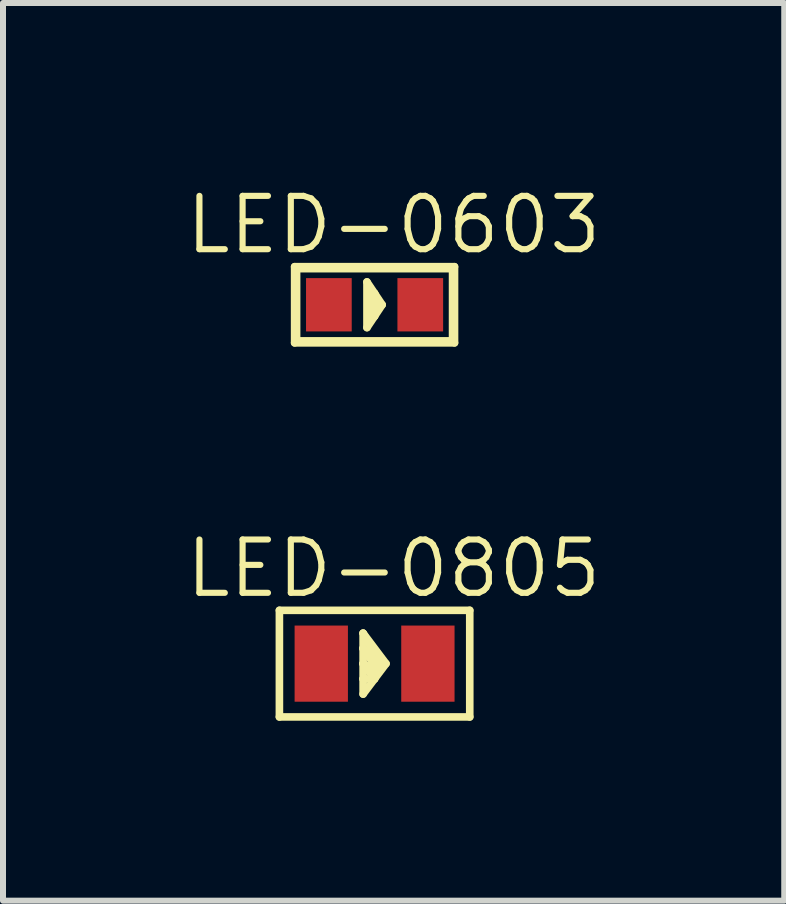
<source format=kicad_pcb>
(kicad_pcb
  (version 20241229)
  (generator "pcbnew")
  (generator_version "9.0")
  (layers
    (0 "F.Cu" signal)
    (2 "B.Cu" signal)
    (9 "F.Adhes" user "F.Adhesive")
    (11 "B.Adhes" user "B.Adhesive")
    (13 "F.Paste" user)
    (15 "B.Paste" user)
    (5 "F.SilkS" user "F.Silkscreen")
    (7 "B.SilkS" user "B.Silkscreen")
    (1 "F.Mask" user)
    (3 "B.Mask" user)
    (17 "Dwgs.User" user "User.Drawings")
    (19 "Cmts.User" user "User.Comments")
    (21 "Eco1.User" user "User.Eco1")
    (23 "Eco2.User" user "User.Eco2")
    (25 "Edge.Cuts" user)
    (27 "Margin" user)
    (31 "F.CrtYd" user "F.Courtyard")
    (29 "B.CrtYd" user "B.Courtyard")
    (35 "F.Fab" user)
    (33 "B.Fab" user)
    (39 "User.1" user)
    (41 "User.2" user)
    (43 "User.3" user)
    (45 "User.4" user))
  (footprint "LED-0603"
    (layer "F.Cu")
    (at 3.196 2.032)
    (property "Reference" "LED-0603" (at 0.318 -1.333 0) (layer "F.SilkS") (effects (font (size 0.889 0.889) (thickness 0.102))))
    (attr smd)
    (fp_line (start -1.333 -0.635) (end 1.333 -0.635) (stroke (width 0.127) (type solid)) (layer "F.SilkS"))
    (fp_line (start -1.333 0.635) (end -1.333 -0.635) (stroke (width 0.127) (type solid)) (layer "F.SilkS"))
    (fp_line (start -1.27 -0.572) (end 1.27 -0.572) (stroke (width 0.066) (type solid)) (layer "F.SilkS"))
    (fp_line (start -1.27 0.572) (end -1.27 -0.572) (stroke (width 0.066) (type solid)) (layer "F.SilkS"))
    (fp_line (start -1.27 0.572) (end 1.27 0.572) (stroke (width 0.066) (type solid)) (layer "F.SilkS"))
    (fp_line (start -0.127 -0.381) (end -0.127 0.381) (stroke (width 0.127) (type solid)) (layer "F.SilkS"))
    (fp_line (start -0.127 0.381) (end 0 0.191) (stroke (width 0.127) (type solid)) (layer "F.SilkS"))
    (fp_line (start -0.064 -0.254) (end -0.064 0.254) (stroke (width 0.127) (type solid)) (layer "F.SilkS"))
    (fp_line (start 0 -0.191) (end -0.127 -0.381) (stroke (width 0.127) (type solid)) (layer "F.SilkS"))
    (fp_line (start 0 -0.191) (end 0 0.191) (stroke (width 0.127) (type solid)) (layer "F.SilkS"))
    (fp_line (start 0 0.191) (end 0.127 0) (stroke (width 0.127) (type solid)) (layer "F.SilkS"))
    (fp_line (start 0.127 0) (end 0 -0.191) (stroke (width 0.127) (type solid)) (layer "F.SilkS"))
    (fp_line (start 1.27 0.572) (end 1.27 -0.572) (stroke (width 0.066) (type solid)) (layer "F.SilkS"))
    (fp_line (start 1.333 -0.635) (end 1.333 0.635) (stroke (width 0.127) (type solid)) (layer "F.SilkS"))
    (fp_line (start 1.333 0.635) (end -1.333 0.635) (stroke (width 0.127) (type solid)) (layer "F.SilkS"))
    (pad "+" smd rect (at -0.762 0) (size 0.762 0.889) (layers "F.Cu" "F.Mask" "F.Paste"))
    (pad "-" smd rect (at 0.762 0) (size 0.762 0.889) (layers "F.Cu" "F.Mask" "F.Paste")))
  (footprint "LED-0805"
    (layer "F.Cu")
    (at 3.196 8.016)
    (property "Reference" "LED-0805" (at 0.318 -1.587 0) (layer "F.SilkS") (effects (font (size 0.889 0.889) (thickness 0.102))))
    (attr smd)
    (fp_line (start -1.587 -0.889) (end 1.587 -0.889) (stroke (width 0.066) (type solid)) (layer "F.SilkS"))
    (fp_line (start -1.587 -0.889) (end 1.587 -0.889) (stroke (width 0.127) (type solid)) (layer "F.SilkS"))
    (fp_line (start -1.587 0.889) (end -1.587 -0.889) (stroke (width 0.066) (type solid)) (layer "F.SilkS"))
    (fp_line (start -1.587 0.889) (end -1.587 -0.889) (stroke (width 0.127) (type solid)) (layer "F.SilkS"))
    (fp_line (start -1.587 0.889) (end 1.587 0.889) (stroke (width 0.066) (type solid)) (layer "F.SilkS"))
    (fp_line (start -0.191 -0.508) (end -0.191 -0.254) (stroke (width 0.127) (type solid)) (layer "F.SilkS"))
    (fp_line (start -0.191 -0.508) (end 0.127 0.064) (stroke (width 0.127) (type solid)) (layer "F.SilkS"))
    (fp_line (start -0.191 -0.254) (end -0.191 0) (stroke (width 0.127) (type solid)) (layer "F.SilkS"))
    (fp_line (start -0.191 -0.254) (end 0.064 0.127) (stroke (width 0.127) (type solid)) (layer "F.SilkS"))
    (fp_line (start -0.191 0) (end -0.191 0.254) (stroke (width 0.127) (type solid)) (layer "F.SilkS"))
    (fp_line (start -0.191 0) (end 0 0.254) (stroke (width 0.127) (type solid)) (layer "F.SilkS"))
    (fp_line (start -0.191 0.254) (end -0.191 0.508) (stroke (width 0.127) (type solid)) (layer "F.SilkS"))
    (fp_line (start -0.191 0.508) (end 0 0.254) (stroke (width 0.127) (type solid)) (layer "F.SilkS"))
    (fp_line (start 0 0.254) (end -0.191 0.254) (stroke (width 0.127) (type solid)) (layer "F.SilkS"))
    (fp_line (start 0 0.254) (end 0.191 0) (stroke (width 0.127) (type solid)) (layer "F.SilkS"))
    (fp_line (start 0.064 0.127) (end -0.191 0) (stroke (width 0.127) (type solid)) (layer "F.SilkS"))
    (fp_line (start 0.127 0.064) (end -0.191 -0.254) (stroke (width 0.127) (type solid)) (layer "F.SilkS"))
    (fp_line (start 0.191 0) (end -0.191 -0.508) (stroke (width 0.127) (type solid)) (layer "F.SilkS"))
    (fp_line (start 1.587 -0.889) (end 1.587 0.889) (stroke (width 0.127) (type solid)) (layer "F.SilkS"))
    (fp_line (start 1.587 0.889) (end -1.587 0.889) (stroke (width 0.127) (type solid)) (layer "F.SilkS"))
    (fp_line (start 1.587 0.889) (end 1.587 -0.889) (stroke (width 0.066) (type solid)) (layer "F.SilkS"))
    (pad "+" smd rect (at -0.889 0) (size 0.889 1.27) (layers "F.Cu" "F.Mask" "F.Paste"))
    (pad "-" smd rect (at 0.889 0) (size 0.889 1.27) (layers "F.Cu" "F.Mask" "F.Paste")))
  (gr_rect
    (start -3 -3)
    (end 10.027 11.969)
    (stroke (width 0.1) (type default))
    (fill no)
    (layer "Edge.Cuts")))
</source>
